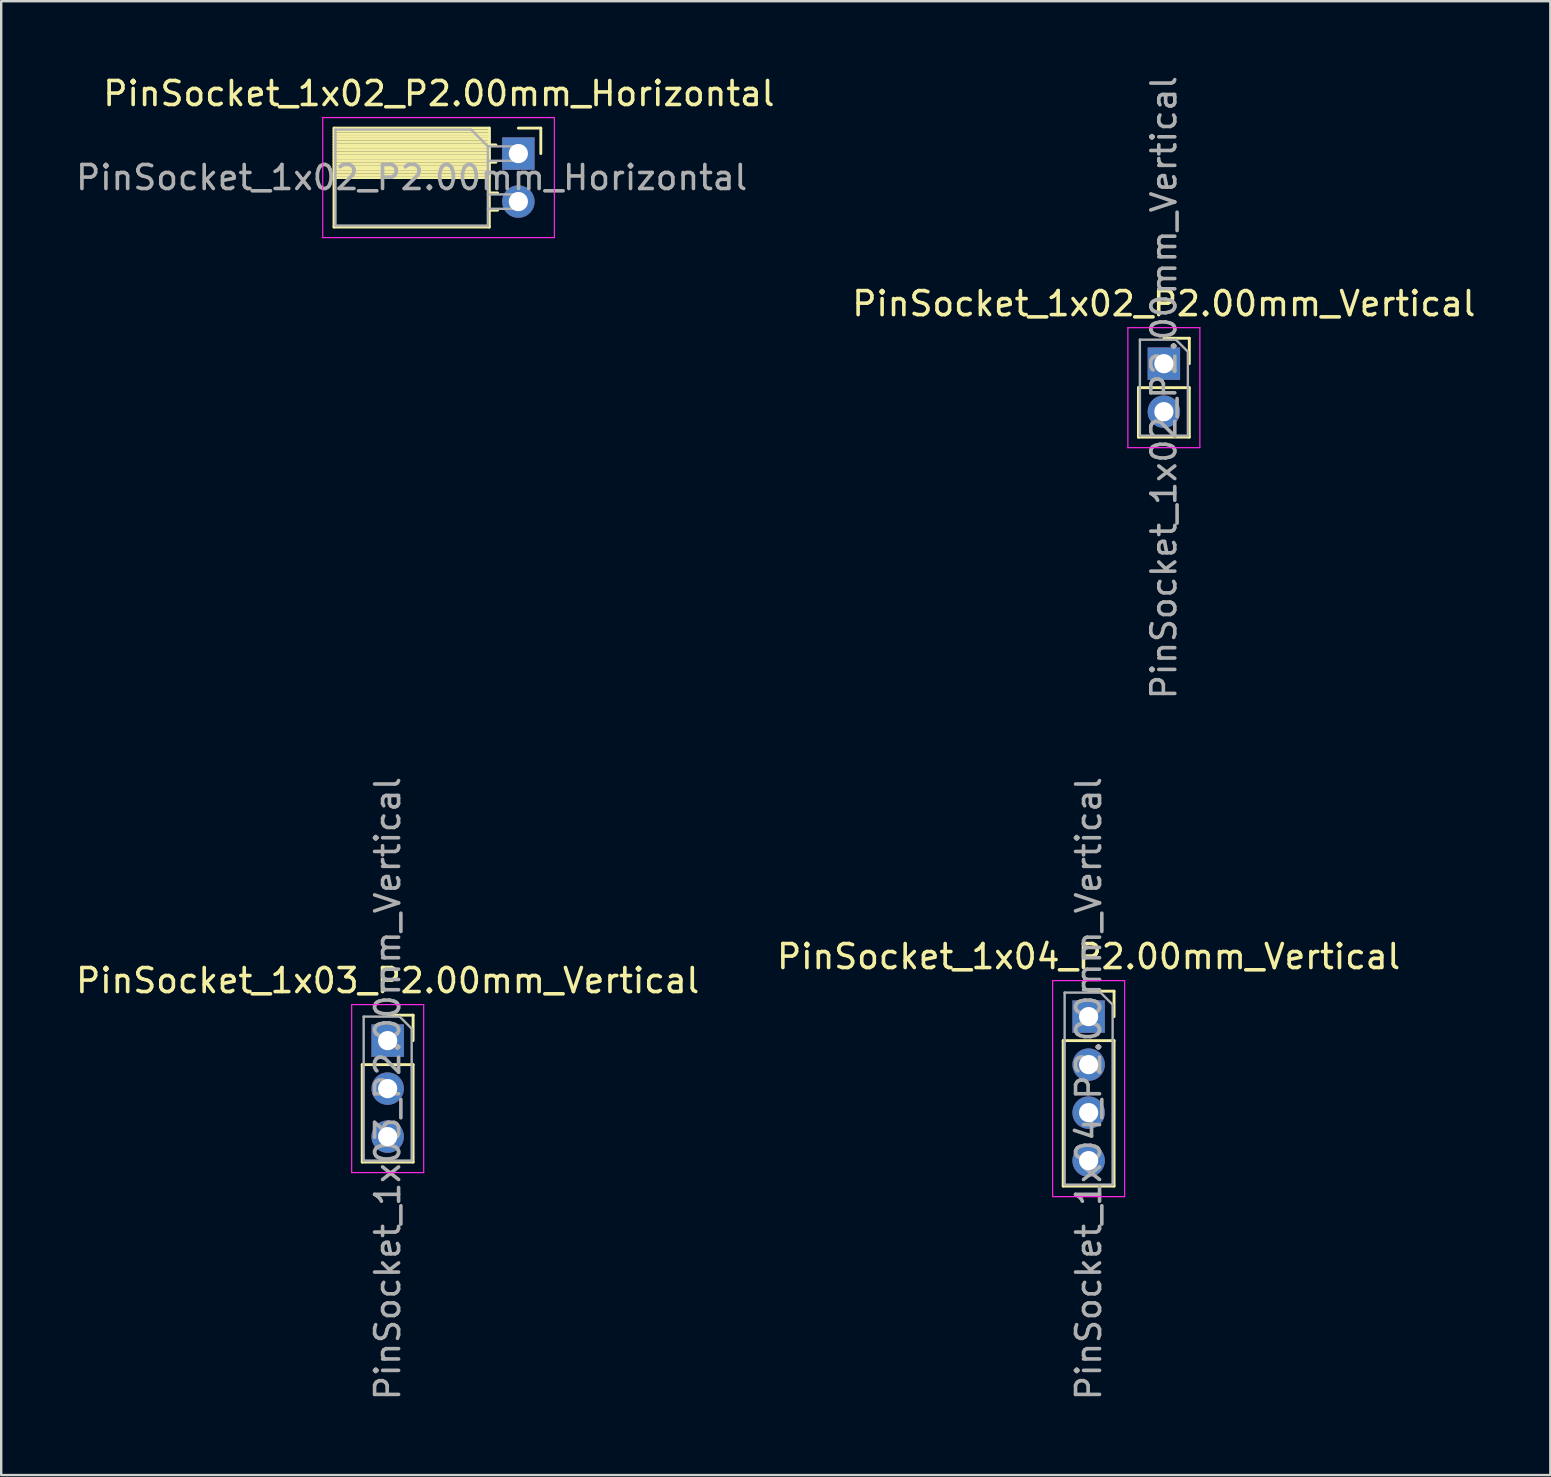
<source format=kicad_pcb>
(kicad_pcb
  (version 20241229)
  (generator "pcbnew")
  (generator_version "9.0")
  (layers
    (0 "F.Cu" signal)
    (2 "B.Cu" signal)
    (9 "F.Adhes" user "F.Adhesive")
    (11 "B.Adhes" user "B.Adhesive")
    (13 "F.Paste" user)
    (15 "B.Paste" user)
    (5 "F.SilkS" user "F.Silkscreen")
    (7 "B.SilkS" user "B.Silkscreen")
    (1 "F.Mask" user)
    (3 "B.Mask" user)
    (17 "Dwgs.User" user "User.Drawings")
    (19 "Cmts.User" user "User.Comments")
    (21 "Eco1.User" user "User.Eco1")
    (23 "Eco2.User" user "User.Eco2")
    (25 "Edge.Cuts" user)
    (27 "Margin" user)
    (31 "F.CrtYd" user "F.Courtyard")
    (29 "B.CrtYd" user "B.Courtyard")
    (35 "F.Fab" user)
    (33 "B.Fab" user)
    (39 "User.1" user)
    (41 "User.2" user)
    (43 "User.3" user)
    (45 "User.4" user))
  (footprint "PinSocket_1x02_P2.00mm_Vertical"
    (layer "F.Cu")
    (at 45.439 12.101)
    (property "Reference" "PinSocket_1x02_P2.00mm_Vertical" (at 0 -2.5 0) (layer "F.SilkS") (effects (font (size 1 1) (thickness 0.15))))
    (attr through_hole)
    (fp_line (start -1.06 1) (end -1.06 3.06) (stroke (width 0.12) (type solid)) (layer "F.SilkS"))
    (fp_line (start -1.06 1) (end 1.06 1) (stroke (width 0.12) (type solid)) (layer "F.SilkS"))
    (fp_line (start -1.06 3.06) (end 1.06 3.06) (stroke (width 0.12) (type solid)) (layer "F.SilkS"))
    (fp_line (start 0 -1.06) (end 1.06 -1.06) (stroke (width 0.12) (type solid)) (layer "F.SilkS"))
    (fp_line (start 1.06 -1.06) (end 1.06 0) (stroke (width 0.12) (type solid)) (layer "F.SilkS"))
    (fp_line (start 1.06 1) (end 1.06 3.06) (stroke (width 0.12) (type solid)) (layer "F.SilkS"))
    (fp_line (start -1.5 -1.5) (end 1.5 -1.5) (stroke (width 0.05) (type solid)) (layer "F.CrtYd"))
    (fp_line (start -1.5 3.5) (end -1.5 -1.5) (stroke (width 0.05) (type solid)) (layer "F.CrtYd"))
    (fp_line (start 1.5 -1.5) (end 1.5 3.5) (stroke (width 0.05) (type solid)) (layer "F.CrtYd"))
    (fp_line (start 1.5 3.5) (end -1.5 3.5) (stroke (width 0.05) (type solid)) (layer "F.CrtYd"))
    (fp_line (start -1 -1) (end 0.5 -1) (stroke (width 0.1) (type solid)) (layer "F.Fab"))
    (fp_line (start -1 3) (end -1 -1) (stroke (width 0.1) (type solid)) (layer "F.Fab"))
    (fp_line (start 0.5 -1) (end 1 -0.5) (stroke (width 0.1) (type solid)) (layer "F.Fab"))
    (fp_line (start 1 -0.5) (end 1 3) (stroke (width 0.1) (type solid)) (layer "F.Fab"))
    (fp_line (start 1 3) (end -1 3) (stroke (width 0.1) (type solid)) (layer "F.Fab"))
    (fp_text user "${REFERENCE}" (at 0 1 90) (layer "F.Fab") (effects (font (size 1 1) (thickness 0.15))))
    (pad "1" thru_hole rect (at 0 0) (size 1.35 1.35) (drill 0.8) (layers "*.Cu" "*.Mask"))
    (pad "2" thru_hole oval (at 0 2) (size 1.35 1.35) (drill 0.8) (layers "*.Cu" "*.Mask")))
  (footprint "PinSocket_1x02_P2.00mm_Horizontal"
    (layer "F.Cu")
    (at 18.546 3.348)
    (property "Reference" "PinSocket_1x02_P2.00mm_Horizontal" (at -3.31 -2.5 0) (layer "F.SilkS") (effects (font (size 1 1) (thickness 0.15))))
    (attr through_hole)
    (fp_line (start -7.68 -1.06) (end -7.68 3.06) (stroke (width 0.12) (type solid)) (layer "F.SilkS"))
    (fp_line (start -7.68 -1.06) (end -1.21 -1.06) (stroke (width 0.12) (type solid)) (layer "F.SilkS"))
    (fp_line (start -7.68 -0.94) (end -1.21 -0.94) (stroke (width 0.12) (type solid)) (layer "F.SilkS"))
    (fp_line (start -7.68 -0.826) (end -1.21 -0.826) (stroke (width 0.12) (type solid)) (layer "F.SilkS"))
    (fp_line (start -7.68 -0.712) (end -1.21 -0.712) (stroke (width 0.12) (type solid)) (layer "F.SilkS"))
    (fp_line (start -7.68 -0.598) (end -1.21 -0.598) (stroke (width 0.12) (type solid)) (layer "F.SilkS"))
    (fp_line (start -7.68 -0.484) (end -1.21 -0.484) (stroke (width 0.12) (type solid)) (layer "F.SilkS"))
    (fp_line (start -7.68 -0.369) (end -1.21 -0.369) (stroke (width 0.12) (type solid)) (layer "F.SilkS"))
    (fp_line (start -7.68 -0.255) (end -1.21 -0.255) (stroke (width 0.12) (type solid)) (layer "F.SilkS"))
    (fp_line (start -7.68 -0.141) (end -1.21 -0.141) (stroke (width 0.12) (type solid)) (layer "F.SilkS"))
    (fp_line (start -7.68 -0.027) (end -1.21 -0.027) (stroke (width 0.12) (type solid)) (layer "F.SilkS"))
    (fp_line (start -7.68 0.087) (end -1.21 0.087) (stroke (width 0.12) (type solid)) (layer "F.SilkS"))
    (fp_line (start -7.68 0.201) (end -1.21 0.201) (stroke (width 0.12) (type solid)) (layer "F.SilkS"))
    (fp_line (start -7.68 0.315) (end -1.21 0.315) (stroke (width 0.12) (type solid)) (layer "F.SilkS"))
    (fp_line (start -7.68 0.429) (end -1.21 0.429) (stroke (width 0.12) (type solid)) (layer "F.SilkS"))
    (fp_line (start -7.68 0.544) (end -1.21 0.544) (stroke (width 0.12) (type solid)) (layer "F.SilkS"))
    (fp_line (start -7.68 0.658) (end -1.21 0.658) (stroke (width 0.12) (type solid)) (layer "F.SilkS"))
    (fp_line (start -7.68 0.772) (end -1.21 0.772) (stroke (width 0.12) (type solid)) (layer "F.SilkS"))
    (fp_line (start -7.68 0.886) (end -1.21 0.886) (stroke (width 0.12) (type solid)) (layer "F.SilkS"))
    (fp_line (start -7.68 1) (end -1.21 1) (stroke (width 0.12) (type solid)) (layer "F.SilkS"))
    (fp_line (start -7.68 3.06) (end -1.21 3.06) (stroke (width 0.12) (type solid)) (layer "F.SilkS"))
    (fp_line (start -1.21 -1.06) (end -1.21 3.06) (stroke (width 0.12) (type solid)) (layer "F.SilkS"))
    (fp_line (start -1.21 -0.36) (end -0.935 -0.36) (stroke (width 0.12) (type solid)) (layer "F.SilkS"))
    (fp_line (start -1.21 0.36) (end -0.935 0.36) (stroke (width 0.12) (type solid)) (layer "F.SilkS"))
    (fp_line (start -1.21 1.64) (end -0.863 1.64) (stroke (width 0.12) (type solid)) (layer "F.SilkS"))
    (fp_line (start -1.21 2.36) (end -0.863 2.36) (stroke (width 0.12) (type solid)) (layer "F.SilkS"))
    (fp_line (start 0 -1.06) (end 0.935 -1.06) (stroke (width 0.12) (type solid)) (layer "F.SilkS"))
    (fp_line (start 0.935 -1.06) (end 0.935 0) (stroke (width 0.12) (type solid)) (layer "F.SilkS"))
    (fp_line (start -8.15 -1.5) (end -8.15 3.5) (stroke (width 0.05) (type solid)) (layer "F.CrtYd"))
    (fp_line (start -8.15 3.5) (end 1.5 3.5) (stroke (width 0.05) (type solid)) (layer "F.CrtYd"))
    (fp_line (start 1.5 -1.5) (end -8.15 -1.5) (stroke (width 0.05) (type solid)) (layer "F.CrtYd"))
    (fp_line (start 1.5 3.5) (end 1.5 -1.5) (stroke (width 0.05) (type solid)) (layer "F.CrtYd"))
    (fp_line (start -7.62 -1) (end -1.97 -1) (stroke (width 0.1) (type solid)) (layer "F.Fab"))
    (fp_line (start -7.62 3) (end -7.62 -1) (stroke (width 0.1) (type solid)) (layer "F.Fab"))
    (fp_line (start -1.97 -1) (end -1.27 -0.3) (stroke (width 0.1) (type solid)) (layer "F.Fab"))
    (fp_line (start -1.27 -0.3) (end -1.27 3) (stroke (width 0.1) (type solid)) (layer "F.Fab"))
    (fp_line (start -1.27 0.3) (end 0 0.3) (stroke (width 0.1) (type solid)) (layer "F.Fab"))
    (fp_line (start -1.27 2.3) (end 0 2.3) (stroke (width 0.1) (type solid)) (layer "F.Fab"))
    (fp_line (start -1.27 3) (end -7.62 3) (stroke (width 0.1) (type solid)) (layer "F.Fab"))
    (fp_line (start 0 -0.3) (end -1.27 -0.3) (stroke (width 0.1) (type solid)) (layer "F.Fab"))
    (fp_line (start 0 0.3) (end 0 -0.3) (stroke (width 0.1) (type solid)) (layer "F.Fab"))
    (fp_line (start 0 1.7) (end -1.27 1.7) (stroke (width 0.1) (type solid)) (layer "F.Fab"))
    (fp_line (start 0 2.3) (end 0 1.7) (stroke (width 0.1) (type solid)) (layer "F.Fab"))
    (fp_text user "${REFERENCE}" (at -4.445 1 0) (layer "F.Fab") (effects (font (size 1 1) (thickness 0.15))))
    (pad "1" thru_hole rect (at 0 0) (size 1.35 1.35) (drill 0.8) (layers "*.Cu" "*.Mask"))
    (pad "2" thru_hole oval (at 0 2) (size 1.35 1.35) (drill 0.8) (layers "*.Cu" "*.Mask")))
  (footprint "PinSocket_1x04_P2.00mm_Vertical"
    (layer "F.Cu")
    (at 42.304 39.304)
    (property "Reference" "PinSocket_1x04_P2.00mm_Vertical" (at 0 -2.5 0) (layer "F.SilkS") (effects (font (size 1 1) (thickness 0.15))))
    (attr through_hole)
    (fp_line (start -1.06 1) (end -1.06 7.06) (stroke (width 0.12) (type solid)) (layer "F.SilkS"))
    (fp_line (start -1.06 1) (end 1.06 1) (stroke (width 0.12) (type solid)) (layer "F.SilkS"))
    (fp_line (start -1.06 7.06) (end 1.06 7.06) (stroke (width 0.12) (type solid)) (layer "F.SilkS"))
    (fp_line (start 0 -1.06) (end 1.06 -1.06) (stroke (width 0.12) (type solid)) (layer "F.SilkS"))
    (fp_line (start 1.06 -1.06) (end 1.06 0) (stroke (width 0.12) (type solid)) (layer "F.SilkS"))
    (fp_line (start 1.06 1) (end 1.06 7.06) (stroke (width 0.12) (type solid)) (layer "F.SilkS"))
    (fp_line (start -1.5 -1.5) (end 1.5 -1.5) (stroke (width 0.05) (type solid)) (layer "F.CrtYd"))
    (fp_line (start -1.5 7.5) (end -1.5 -1.5) (stroke (width 0.05) (type solid)) (layer "F.CrtYd"))
    (fp_line (start 1.5 -1.5) (end 1.5 7.5) (stroke (width 0.05) (type solid)) (layer "F.CrtYd"))
    (fp_line (start 1.5 7.5) (end -1.5 7.5) (stroke (width 0.05) (type solid)) (layer "F.CrtYd"))
    (fp_line (start -1 -1) (end 0.5 -1) (stroke (width 0.1) (type solid)) (layer "F.Fab"))
    (fp_line (start -1 7) (end -1 -1) (stroke (width 0.1) (type solid)) (layer "F.Fab"))
    (fp_line (start 0.5 -1) (end 1 -0.5) (stroke (width 0.1) (type solid)) (layer "F.Fab"))
    (fp_line (start 1 -0.5) (end 1 7) (stroke (width 0.1) (type solid)) (layer "F.Fab"))
    (fp_line (start 1 7) (end -1 7) (stroke (width 0.1) (type solid)) (layer "F.Fab"))
    (fp_text user "${REFERENCE}" (at 0 3 90) (layer "F.Fab") (effects (font (size 1 1) (thickness 0.15))))
    (pad "1" thru_hole rect (at 0 0) (size 1.35 1.35) (drill 0.8) (layers "*.Cu" "*.Mask"))
    (pad "2" thru_hole oval (at 0 2) (size 1.35 1.35) (drill 0.8) (layers "*.Cu" "*.Mask"))
    (pad "3" thru_hole oval (at 0 4) (size 1.35 1.35) (drill 0.8) (layers "*.Cu" "*.Mask"))
    (pad "4" thru_hole oval (at 0 6) (size 1.35 1.35) (drill 0.8) (layers "*.Cu" "*.Mask")))
  (footprint "PinSocket_1x03_P2.00mm_Vertical"
    (layer "F.Cu")
    (at 13.101 40.304)
    (property "Reference" "PinSocket_1x03_P2.00mm_Vertical" (at 0 -2.5 0) (layer "F.SilkS") (effects (font (size 1 1) (thickness 0.15))))
    (attr through_hole)
    (fp_line (start -1.06 1) (end -1.06 5.06) (stroke (width 0.12) (type solid)) (layer "F.SilkS"))
    (fp_line (start -1.06 1) (end 1.06 1) (stroke (width 0.12) (type solid)) (layer "F.SilkS"))
    (fp_line (start -1.06 5.06) (end 1.06 5.06) (stroke (width 0.12) (type solid)) (layer "F.SilkS"))
    (fp_line (start 0 -1.06) (end 1.06 -1.06) (stroke (width 0.12) (type solid)) (layer "F.SilkS"))
    (fp_line (start 1.06 -1.06) (end 1.06 0) (stroke (width 0.12) (type solid)) (layer "F.SilkS"))
    (fp_line (start 1.06 1) (end 1.06 5.06) (stroke (width 0.12) (type solid)) (layer "F.SilkS"))
    (fp_line (start -1.5 -1.5) (end 1.5 -1.5) (stroke (width 0.05) (type solid)) (layer "F.CrtYd"))
    (fp_line (start -1.5 5.5) (end -1.5 -1.5) (stroke (width 0.05) (type solid)) (layer "F.CrtYd"))
    (fp_line (start 1.5 -1.5) (end 1.5 5.5) (stroke (width 0.05) (type solid)) (layer "F.CrtYd"))
    (fp_line (start 1.5 5.5) (end -1.5 5.5) (stroke (width 0.05) (type solid)) (layer "F.CrtYd"))
    (fp_line (start -1 -1) (end 0.5 -1) (stroke (width 0.1) (type solid)) (layer "F.Fab"))
    (fp_line (start -1 5) (end -1 -1) (stroke (width 0.1) (type solid)) (layer "F.Fab"))
    (fp_line (start 0.5 -1) (end 1 -0.5) (stroke (width 0.1) (type solid)) (layer "F.Fab"))
    (fp_line (start 1 -0.5) (end 1 5) (stroke (width 0.1) (type solid)) (layer "F.Fab"))
    (fp_line (start 1 5) (end -1 5) (stroke (width 0.1) (type solid)) (layer "F.Fab"))
    (fp_text user "${REFERENCE}" (at 0 2 90) (layer "F.Fab") (effects (font (size 1 1) (thickness 0.15))))
    (pad "1" thru_hole rect (at 0 0) (size 1.35 1.35) (drill 0.8) (layers "*.Cu" "*.Mask"))
    (pad "2" thru_hole oval (at 0 2) (size 1.35 1.35) (drill 0.8) (layers "*.Cu" "*.Mask"))
    (pad "3" thru_hole oval (at 0 4) (size 1.35 1.35) (drill 0.8) (layers "*.Cu" "*.Mask")))
  (gr_rect
    (start -3 -3)
    (end 61.54 58.405)
    (stroke (width 0.1) (type default))
    (fill no)
    (layer "Edge.Cuts")))
</source>
